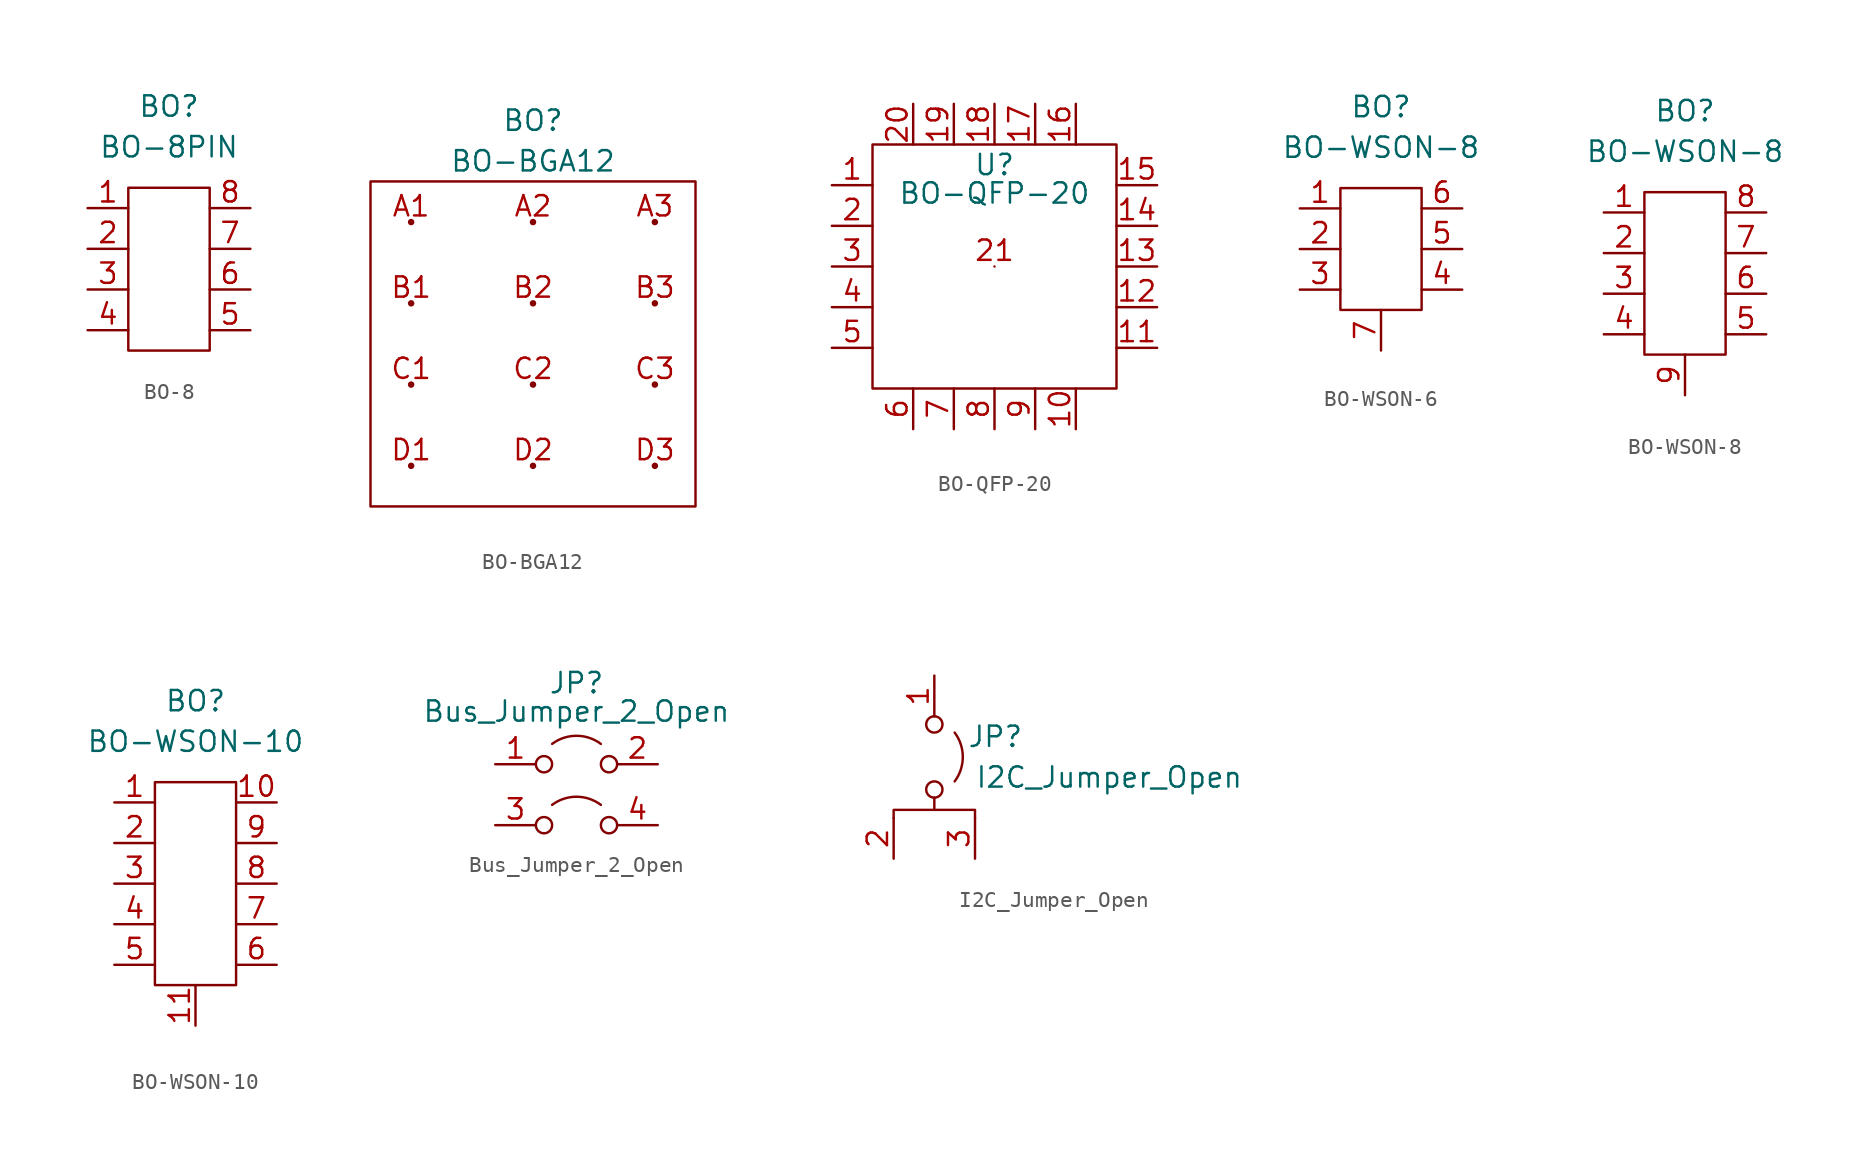
<source format=kicad_sym>
(kicad_symbol_lib
  (version 20231120)
  (generator "kicad_symbol_editor")
  (generator_version "8.0")
  (symbol "BO-8"
    (property "Reference" "BO"
      (at 5.08 6.35 0)
      (effects (font (size 1.27 1.27))))
    (property "Value" "BO-8PIN"
      (at 5.08 3.81 0)
      (effects (font (size 1.27 1.27))))
    (symbol "BO-8_0_0"
      (pin passive line (at 0 0 0) (length 2.54) (name "" (effects (font (size 1.27 1.27)))) (number "1" (effects (font (size 1.27 1.27)))))
      (pin passive line (at 0 -2.54 0) (length 2.54) (name "" (effects (font (size 1.27 1.27)))) (number "2" (effects (font (size 1.27 1.27)))))
      (pin passive line (at 0 -5.08 0) (length 2.54) (name "" (effects (font (size 1.27 1.27)))) (number "3" (effects (font (size 1.27 1.27)))))
      (pin passive line (at 0 -7.62 0) (length 2.54) (name "" (effects (font (size 1.27 1.27)))) (number "4" (effects (font (size 1.27 1.27)))))
      (pin passive line (at 10.16 -7.62 180) (length 2.54) (name "" (effects (font (size 1.27 1.27)))) (number "5" (effects (font (size 1.27 1.27)))))
      (pin passive line (at 10.16 -5.08 180) (length 2.54) (name "" (effects (font (size 1.27 1.27)))) (number "6" (effects (font (size 1.27 1.27)))))
      (pin passive line (at 10.16 -2.54 180) (length 2.54) (name "" (effects (font (size 1.27 1.27)))) (number "7" (effects (font (size 1.27 1.27)))))
      (pin passive line (at 10.16 0 180) (length 2.54) (name "" (effects (font (size 1.27 1.27)))) (number "8" (effects (font (size 1.27 1.27))))))
    (symbol "BO-8_0_1"
      (rectangle (start 2.54 1.27) (end 7.62 -8.89) (stroke (width 0) (type default)) (fill (type none)))))
  (symbol "BO-BGA12"
    (property "Reference" "BO"
      (at 10.16 3.81 0)
      (effects (font (size 1.27 1.27))))
    (property "Value" "BO-BGA12"
      (at 10.16 1.27 0)
      (effects (font (size 1.27 1.27))))
    (symbol "BO-BGA12_0_0"
      (pin passive line (at 2.54 -2.54 0) (length 0) (name "" (effects (font (size 1.27 1.27)))) (number "A1" (effects (font (size 1.27 1.27)))))
      (pin passive line (at 10.16 -2.54 0) (length 0) (name "" (effects (font (size 1.27 1.27)))) (number "A2" (effects (font (size 1.27 1.27)))))
      (pin passive line (at 17.78 -2.54 0) (length 0) (name "" (effects (font (size 1.27 1.27)))) (number "A3" (effects (font (size 1.27 1.27)))))
      (pin passive line (at 2.54 -7.62 0) (length 0) (name "" (effects (font (size 1.27 1.27)))) (number "B1" (effects (font (size 1.27 1.27)))))
      (pin passive line (at 10.16 -7.62 0) (length 0) (name "" (effects (font (size 1.27 1.27)))) (number "B2" (effects (font (size 1.27 1.27)))))
      (pin passive line (at 17.78 -7.62 0) (length 0) (name "" (effects (font (size 1.27 1.27)))) (number "B3" (effects (font (size 1.27 1.27)))))
      (pin passive line (at 2.54 -12.7 0) (length 0) (name "" (effects (font (size 1.27 1.27)))) (number "C1" (effects (font (size 1.27 1.27)))))
      (pin passive line (at 10.16 -12.7 0) (length 0) (name "" (effects (font (size 1.27 1.27)))) (number "C2" (effects (font (size 1.27 1.27)))))
      (pin passive line (at 17.78 -12.7 0) (length 0) (name "" (effects (font (size 1.27 1.27)))) (number "C3" (effects (font (size 1.27 1.27)))))
      (pin passive line (at 2.54 -17.78 0) (length 0) (name "" (effects (font (size 1.27 1.27)))) (number "D1" (effects (font (size 1.27 1.27)))))
      (pin passive line (at 10.16 -17.78 0) (length 0) (name "" (effects (font (size 1.27 1.27)))) (number "D2" (effects (font (size 1.27 1.27)))))
      (pin passive line (at 17.78 -17.78 0) (length 0) (name "" (effects (font (size 1.27 1.27)))) (number "D3" (effects (font (size 1.27 1.27))))))
    (symbol "BO-BGA12_0_1"
      (rectangle (start 0 0) (end 20.32 -20.32) (stroke (width 0) (type default)) (fill (type none)))
      (circle (center 2.54 -17.78) (radius 0.127) (stroke (width 0) (type default)) (fill (type none)))
      (circle (center 2.54 -12.7) (radius 0.127) (stroke (width 0) (type default)) (fill (type none)))
      (circle (center 2.54 -7.62) (radius 0.127) (stroke (width 0) (type default)) (fill (type none)))
      (circle (center 2.54 -2.54) (radius 0.127) (stroke (width 0) (type default)) (fill (type none)))
      (circle (center 10.16 -17.78) (radius 0.127) (stroke (width 0) (type default)) (fill (type none)))
      (circle (center 10.16 -12.7) (radius 0.127) (stroke (width 0) (type default)) (fill (type none)))
      (circle (center 10.16 -7.62) (radius 0.127) (stroke (width 0) (type default)) (fill (type none)))
      (circle (center 10.16 -2.54) (radius 0.127) (stroke (width 0) (type default)) (fill (type none)))
      (circle (center 17.78 -17.78) (radius 0.127) (stroke (width 0) (type default)) (fill (type none)))
      (circle (center 17.78 -12.7) (radius 0.127) (stroke (width 0) (type default)) (fill (type none)))
      (circle (center 17.78 -7.62) (radius 0.127) (stroke (width 0) (type default)) (fill (type none)))
      (circle (center 17.78 -2.54) (radius 0.127) (stroke (width 0) (type default)) (fill (type none)))))
  (symbol "BO-QFP-20"
    (property "Reference" "U"
      (at 7.62 -1.27 0)
      (effects (font (size 1.27 1.27))))
    (property "Value" "BO-QFP-20"
      (at 7.62 -3.048 0)
      (effects (font (size 1.27 1.27))))
    (symbol "BO-QFP-20_0_0"
      (pin passive line (at -2.54 -2.54 0) (length 2.54) (name "" (effects (font (size 1.27 1.27)))) (number "1" (effects (font (size 1.27 1.27)))))
      (pin passive line (at 12.7 -17.78 90) (length 2.54) (name "" (effects (font (size 1.27 1.27)))) (number "10" (effects (font (size 1.27 1.27)))))
      (pin passive line (at 17.78 -12.7 180) (length 2.54) (name "" (effects (font (size 1.27 1.27)))) (number "11" (effects (font (size 1.27 1.27)))))
      (pin passive line (at 17.78 -10.16 180) (length 2.54) (name "" (effects (font (size 1.27 1.27)))) (number "12" (effects (font (size 1.27 1.27)))))
      (pin passive line (at 17.78 -7.62 180) (length 2.54) (name "" (effects (font (size 1.27 1.27)))) (number "13" (effects (font (size 1.27 1.27)))))
      (pin passive line (at 17.78 -5.08 180) (length 2.54) (name "" (effects (font (size 1.27 1.27)))) (number "14" (effects (font (size 1.27 1.27)))))
      (pin passive line (at 17.78 -2.54 180) (length 2.54) (name "" (effects (font (size 1.27 1.27)))) (number "15" (effects (font (size 1.27 1.27)))))
      (pin passive line (at 12.7 2.54 270) (length 2.54) (name "" (effects (font (size 1.27 1.27)))) (number "16" (effects (font (size 1.27 1.27)))))
      (pin passive line (at 10.16 2.54 270) (length 2.54) (name "" (effects (font (size 1.27 1.27)))) (number "17" (effects (font (size 1.27 1.27)))))
      (pin passive line (at 7.62 2.54 270) (length 2.54) (name "" (effects (font (size 1.27 1.27)))) (number "18" (effects (font (size 1.27 1.27)))))
      (pin passive line (at 5.08 2.54 270) (length 2.54) (name "" (effects (font (size 1.27 1.27)))) (number "19" (effects (font (size 1.27 1.27)))))
      (pin passive line (at -2.54 -5.08 0) (length 2.54) (name "" (effects (font (size 1.27 1.27)))) (number "2" (effects (font (size 1.27 1.27)))))
      (pin passive line (at 2.54 2.54 270) (length 2.54) (name "" (effects (font (size 1.27 1.27)))) (number "20" (effects (font (size 1.27 1.27)))))
      (pin passive line (at 7.62 -7.62 180) (length 0) (name "" (effects (font (size 1.27 1.27)))) (number "21" (effects (font (size 1.27 1.27)))))
      (pin passive line (at -2.54 -7.62 0) (length 2.54) (name "" (effects (font (size 1.27 1.27)))) (number "3" (effects (font (size 1.27 1.27)))))
      (pin passive line (at -2.54 -10.16 0) (length 2.54) (name "" (effects (font (size 1.27 1.27)))) (number "4" (effects (font (size 1.27 1.27)))))
      (pin passive line (at -2.54 -12.7 0) (length 2.54) (name "" (effects (font (size 1.27 1.27)))) (number "5" (effects (font (size 1.27 1.27)))))
      (pin passive line (at 2.54 -17.78 90) (length 2.54) (name "" (effects (font (size 1.27 1.27)))) (number "6" (effects (font (size 1.27 1.27)))))
      (pin passive line (at 5.08 -17.78 90) (length 2.54) (name "" (effects (font (size 1.27 1.27)))) (number "7" (effects (font (size 1.27 1.27)))))
      (pin passive line (at 7.62 -17.78 90) (length 2.54) (name "" (effects (font (size 1.27 1.27)))) (number "8" (effects (font (size 1.27 1.27)))))
      (pin passive line (at 10.16 -17.78 90) (length 2.54) (name "" (effects (font (size 1.27 1.27)))) (number "9" (effects (font (size 1.27 1.27))))))
    (symbol "BO-QFP-20_0_1"
      (rectangle (start 0 0) (end 15.24 -15.24) (stroke (width 0) (type default)) (fill (type none)))))
  (symbol "BO-WSON-6"
    (property "Reference" "BO"
      (at 5.08 6.35 0)
      (effects (font (size 1.27 1.27))))
    (property "Value" "BO-WSON-8"
      (at 5.08 3.81 0)
      (effects (font (size 1.27 1.27))))
    (symbol "BO-WSON-6_0_0"
      (pin passive line (at 0 0 0) (length 2.54) (name "" (effects (font (size 1.27 1.27)))) (number "1" (effects (font (size 1.27 1.27)))))
      (pin passive line (at 0 -2.54 0) (length 2.54) (name "" (effects (font (size 1.27 1.27)))) (number "2" (effects (font (size 1.27 1.27)))))
      (pin passive line (at 0 -5.08 0) (length 2.54) (name "" (effects (font (size 1.27 1.27)))) (number "3" (effects (font (size 1.27 1.27)))))
      (pin passive line (at 10.16 -5.08 180) (length 2.54) (name "" (effects (font (size 1.27 1.27)))) (number "4" (effects (font (size 1.27 1.27)))))
      (pin passive line (at 10.16 -2.54 180) (length 2.54) (name "" (effects (font (size 1.27 1.27)))) (number "5" (effects (font (size 1.27 1.27)))))
      (pin passive line (at 10.16 0 180) (length 2.54) (name "" (effects (font (size 1.27 1.27)))) (number "6" (effects (font (size 1.27 1.27)))))
      (pin passive line (at 5.08 -8.89 90) (length 2.54) (name "" (effects (font (size 1.27 1.27)))) (number "7" (effects (font (size 1.27 1.27))))))
    (symbol "BO-WSON-6_0_1"
      (rectangle (start 2.54 1.27) (end 7.62 -6.35) (stroke (width 0) (type default)) (fill (type none)))))
  (symbol "BO-WSON-8"
    (property "Reference" "BO"
      (at 5.08 6.35 0)
      (effects (font (size 1.27 1.27))))
    (property "Value" "BO-WSON-8"
      (at 5.08 3.81 0)
      (effects (font (size 1.27 1.27))))
    (symbol "BO-WSON-8_0_0"
      (pin passive line (at 0 0 0) (length 2.54) (name "" (effects (font (size 1.27 1.27)))) (number "1" (effects (font (size 1.27 1.27)))))
      (pin passive line (at 0 -2.54 0) (length 2.54) (name "" (effects (font (size 1.27 1.27)))) (number "2" (effects (font (size 1.27 1.27)))))
      (pin passive line (at 0 -5.08 0) (length 2.54) (name "" (effects (font (size 1.27 1.27)))) (number "3" (effects (font (size 1.27 1.27)))))
      (pin passive line (at 0 -7.62 0) (length 2.54) (name "" (effects (font (size 1.27 1.27)))) (number "4" (effects (font (size 1.27 1.27)))))
      (pin passive line (at 10.16 -7.62 180) (length 2.54) (name "" (effects (font (size 1.27 1.27)))) (number "5" (effects (font (size 1.27 1.27)))))
      (pin passive line (at 10.16 -5.08 180) (length 2.54) (name "" (effects (font (size 1.27 1.27)))) (number "6" (effects (font (size 1.27 1.27)))))
      (pin passive line (at 10.16 -2.54 180) (length 2.54) (name "" (effects (font (size 1.27 1.27)))) (number "7" (effects (font (size 1.27 1.27)))))
      (pin passive line (at 10.16 0 180) (length 2.54) (name "" (effects (font (size 1.27 1.27)))) (number "8" (effects (font (size 1.27 1.27)))))
      (pin passive line (at 5.08 -11.43 90) (length 2.54) (name "" (effects (font (size 1.27 1.27)))) (number "9" (effects (font (size 1.27 1.27))))))
    (symbol "BO-WSON-8_0_1"
      (rectangle (start 2.54 1.27) (end 7.62 -8.89) (stroke (width 0) (type default)) (fill (type none)))))
  (symbol "BO-WSON-10"
    (property "Reference" "BO"
      (at 5.08 6.35 0)
      (effects (font (size 1.27 1.27))))
    (property "Value" "BO-WSON-10"
      (at 5.08 3.81 0)
      (effects (font (size 1.27 1.27))))
    (symbol "BO-WSON-10_0_0"
      (pin passive line (at 0 0 0) (length 2.54) (name "" (effects (font (size 1.27 1.27)))) (number "1" (effects (font (size 1.27 1.27)))))
      (pin passive line (at 10.16 0 180) (length 2.54) (name "" (effects (font (size 1.27 1.27)))) (number "10" (effects (font (size 1.27 1.27)))))
      (pin passive line (at 5.08 -13.97 90) (length 2.54) (name "" (effects (font (size 1.27 1.27)))) (number "11" (effects (font (size 1.27 1.27)))))
      (pin passive line (at 0 -2.54 0) (length 2.54) (name "" (effects (font (size 1.27 1.27)))) (number "2" (effects (font (size 1.27 1.27)))))
      (pin passive line (at 0 -5.08 0) (length 2.54) (name "" (effects (font (size 1.27 1.27)))) (number "3" (effects (font (size 1.27 1.27)))))
      (pin passive line (at 0 -7.62 0) (length 2.54) (name "" (effects (font (size 1.27 1.27)))) (number "4" (effects (font (size 1.27 1.27)))))
      (pin passive line (at 0 -10.16 0) (length 2.54) (name "" (effects (font (size 1.27 1.27)))) (number "5" (effects (font (size 1.27 1.27)))))
      (pin passive line (at 10.16 -10.16 180) (length 2.54) (name "" (effects (font (size 1.27 1.27)))) (number "6" (effects (font (size 1.27 1.27)))))
      (pin passive line (at 10.16 -7.62 180) (length 2.54) (name "" (effects (font (size 1.27 1.27)))) (number "7" (effects (font (size 1.27 1.27)))))
      (pin passive line (at 10.16 -5.08 180) (length 2.54) (name "" (effects (font (size 1.27 1.27)))) (number "8" (effects (font (size 1.27 1.27)))))
      (pin passive line (at 10.16 -2.54 180) (length 2.54) (name "" (effects (font (size 1.27 1.27)))) (number "9" (effects (font (size 1.27 1.27))))))
    (symbol "BO-WSON-10_0_1"
      (rectangle (start 2.54 1.27) (end 7.62 -11.43) (stroke (width 0) (type default)) (fill (type none)))))
  (symbol "Bus_Jumper_2_Open"
    (pin_names
      (offset 0) hide)
    (property "Reference" "JP"
      (at 0 13.97 0)
      (effects (font (size 1.27 1.27))))
    (property "Value" "Bus_Jumper_2_Open"
      (at 0 12.192 0)
      (effects (font (size 1.27 1.27))))
    (symbol "Bus_Jumper_2_Open_0_0"
      (circle (center -2.032 5.08) (radius 0.508) (stroke (width 0) (type default)) (fill (type none)))
      (circle (center -2.032 8.89) (radius 0.508) (stroke (width 0) (type default)) (fill (type none)))
      (circle (center 2.032 5.08) (radius 0.508) (stroke (width 0) (type default)) (fill (type none)))
      (circle (center 2.032 8.89) (radius 0.508) (stroke (width 0) (type default)) (fill (type none))))
    (symbol "Bus_Jumper_2_Open_0_1"
      (arc (start 1.524 6.35) (mid 0 6.858) (end -1.524 6.35) (stroke (width 0) (type default)) (fill (type none)))
      (arc (start 1.524 10.16) (mid 0 10.668) (end -1.524 10.16) (stroke (width 0) (type default)) (fill (type none))))
    (symbol "Bus_Jumper_2_Open_1_1"
      (pin passive line (at -5.08 8.89 0) (length 2.54) (name "A" (effects (font (size 1.27 1.27)))) (number "1" (effects (font (size 1.27 1.27)))))
      (pin passive line (at 5.08 8.89 180) (length 2.54) (name "B" (effects (font (size 1.27 1.27)))) (number "2" (effects (font (size 1.27 1.27)))))
      (pin passive line (at -5.08 5.08 0) (length 2.54) (name "A" (effects (font (size 1.27 1.27)))) (number "3" (effects (font (size 1.27 1.27)))))
      (pin passive line (at 5.08 5.08 180) (length 2.54) (name "4" (effects (font (size 1.27 1.27)))) (number "4" (effects (font (size 1.27 1.27)))))))
  (symbol "I2C_Jumper_Open"
    (pin_names
      (offset 0) hide)
    (property "Reference" "JP"
      (at 3.81 7.62 0)
      (effects (font (size 1.27 1.27))))
    (property "Value" "I2C_Jumper_Open"
      (at 2.54 5.08 0)
      (effects (font (size 1.27 1.27)) (justify left)))
    (symbol "I2C_Jumper_Open_0_0"
      (circle (center 0 4.318) (radius 0.508) (stroke (width 0) (type default)) (fill (type none)))
      (circle (center 0 8.382) (radius 0.508) (stroke (width 0) (type default)) (fill (type none))))
    (symbol "I2C_Jumper_Open_0_1"
      (polyline (pts (xy 0 3.81) (xy 0 3.048)) (stroke (width 0) (type default)) (fill (type none)))
      (polyline (pts (xy 2.54 2.54) (xy 2.54 3.048) (xy -2.54 3.048) (xy -2.54 2.54)) (stroke (width 0) (type default)) (fill (type none)))
      (arc (start 1.27 4.826) (mid 1.778 6.35) (end 1.27 7.874) (stroke (width 0) (type default)) (fill (type none))))
    (symbol "I2C_Jumper_Open_1_1"
      (pin passive line (at 0 11.43 270) (length 2.54) (name "A" (effects (font (size 1.27 1.27)))) (number "1" (effects (font (size 1.27 1.27)))))
      (pin passive line (at -2.54 0 90) (length 2.54) (name "B" (effects (font (size 1.27 1.27)))) (number "2" (effects (font (size 1.27 1.27)))))
      (pin passive line (at 2.54 0 90) (length 2.54) (name "A" (effects (font (size 1.27 1.27)))) (number "3" (effects (font (size 1.27 1.27))))))))
</source>
